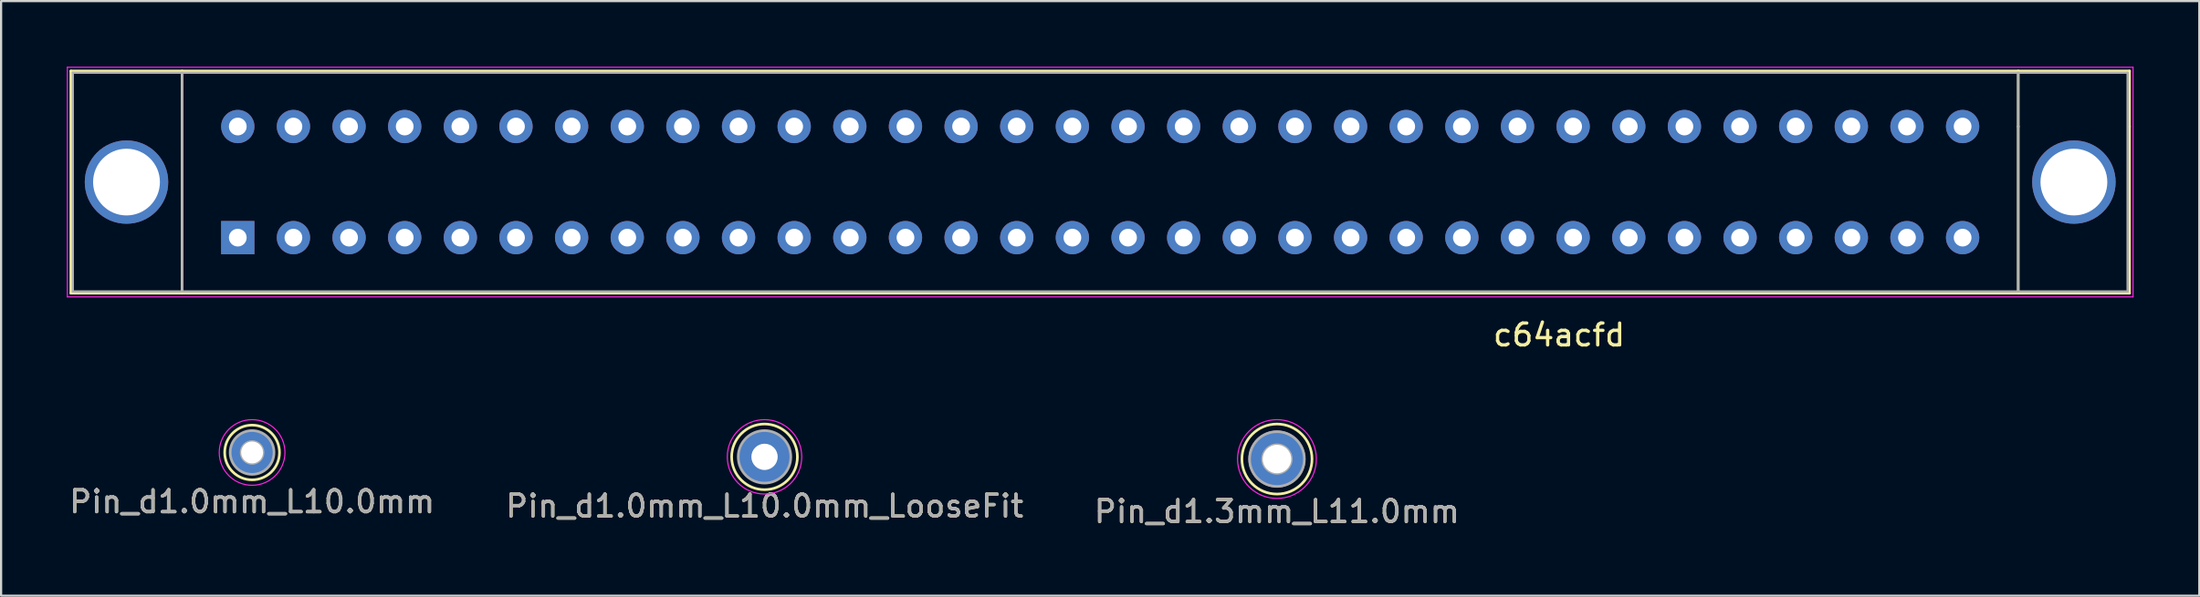
<source format=kicad_pcb>
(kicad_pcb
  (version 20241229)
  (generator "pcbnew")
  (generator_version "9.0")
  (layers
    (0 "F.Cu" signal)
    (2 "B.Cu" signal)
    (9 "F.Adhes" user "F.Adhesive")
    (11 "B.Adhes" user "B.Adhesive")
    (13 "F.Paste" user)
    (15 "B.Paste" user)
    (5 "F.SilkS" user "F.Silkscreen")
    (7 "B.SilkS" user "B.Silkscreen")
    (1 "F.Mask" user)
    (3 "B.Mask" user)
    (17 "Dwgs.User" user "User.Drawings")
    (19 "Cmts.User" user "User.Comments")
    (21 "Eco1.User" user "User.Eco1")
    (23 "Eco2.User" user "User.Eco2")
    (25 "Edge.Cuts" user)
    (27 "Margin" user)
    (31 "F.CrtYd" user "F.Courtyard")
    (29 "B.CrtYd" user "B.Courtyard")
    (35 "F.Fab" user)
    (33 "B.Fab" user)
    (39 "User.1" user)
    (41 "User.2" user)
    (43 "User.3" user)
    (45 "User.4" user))
  (footprint "Pin_d1.0mm_L10.0mm_LooseFit"
    (layer "F.Cu")
    (at 31.851 17.838)
    (property "Reference" "Pin_d1.0mm_L10.0mm_LooseFit" (at 0 2.25 0) (layer "F.SilkS") (effects (font (size 1 1) (thickness 0.15))))
    (attr through_hole)
    (fp_circle (center 0 0) (end 1.5 0.05) (stroke (width 0.12) (type solid)) (fill no) (layer "F.SilkS"))
    (fp_circle (center 0 0) (end 1.7 0) (stroke (width 0.05) (type solid)) (fill no) (layer "F.CrtYd"))
    (fp_circle (center 0 0) (end 0.5 0) (stroke (width 0.12) (type solid)) (fill no) (layer "F.Fab"))
    (fp_circle (center 0 0) (end 1.2 0) (stroke (width 0.12) (type solid)) (fill no) (layer "F.Fab"))
    (fp_text user "${REFERENCE}" (at 0 2.25 0) (layer "F.Fab") (effects (font (size 1 1) (thickness 0.15))))
    (pad "1" thru_hole circle (at 0 0) (size 2.4 2.4) (drill 1.2) (layers "*.Cu" "*.Mask")))
  (footprint "c64acfd"
    (layer "F.Cu")
    (at 7.805 7.815)
    (property "Reference" "c64acfd" (at 60.32 4.45 0) (layer "F.SilkS") (effects (font (size 1 1) (thickness 0.15))))
    (attr through_hole)
    (fp_line (start -7.62 2.54) (end -7.62 -7.62) (stroke (width 0.12) (type solid)) (layer "F.SilkS"))
    (fp_line (start -2.54 -7.62) (end -2.54 2.54) (stroke (width 0.12) (type solid)) (layer "F.SilkS"))
    (fp_line (start 81.28 -5.08) (end 81.28 -7.62) (stroke (width 0.12) (type solid)) (layer "F.SilkS"))
    (fp_line (start 81.28 -5.08) (end 81.28 2.54) (stroke (width 0.12) (type solid)) (layer "F.SilkS"))
    (fp_line (start 86.36 -7.62) (end -7.62 -7.62) (stroke (width 0.12) (type solid)) (layer "F.SilkS"))
    (fp_line (start 86.36 -5.08) (end 86.36 -7.62) (stroke (width 0.12) (type solid)) (layer "F.SilkS"))
    (fp_line (start 86.36 -5.08) (end 86.36 2.54) (stroke (width 0.12) (type solid)) (layer "F.SilkS"))
    (fp_line (start 86.36 2.54) (end -7.62 2.54) (stroke (width 0.12) (type solid)) (layer "F.SilkS"))
    (fp_line (start -7.78 -7.79) (end -7.78 2.71) (stroke (width 0.05) (type solid)) (layer "F.CrtYd"))
    (fp_line (start -7.78 -7.79) (end 86.52 -7.79) (stroke (width 0.05) (type solid)) (layer "F.CrtYd"))
    (fp_line (start 86.52 2.71) (end -7.78 2.71) (stroke (width 0.05) (type solid)) (layer "F.CrtYd"))
    (fp_line (start 86.52 2.71) (end 86.52 -7.79) (stroke (width 0.05) (type solid)) (layer "F.CrtYd"))
    (fp_line (start -7.53 -7.54) (end -7.53 2.46) (stroke (width 0.1) (type solid)) (layer "F.Fab"))
    (fp_line (start -7.53 2.46) (end 86.27 2.46) (stroke (width 0.1) (type solid)) (layer "F.Fab"))
    (fp_line (start -2.53 -7.54) (end -2.53 2.46) (stroke (width 0.1) (type solid)) (layer "F.Fab"))
    (fp_line (start 81.27 2.46) (end 81.27 -7.54) (stroke (width 0.1) (type solid)) (layer "F.Fab"))
    (fp_line (start 86.27 -7.54) (end -7.53 -7.54) (stroke (width 0.1) (type solid)) (layer "F.Fab"))
    (fp_line (start 86.27 2.46) (end 86.27 -7.54) (stroke (width 0.1) (type solid)) (layer "F.Fab"))
    (pad "65" thru_hole circle (at 83.82 -2.54) (size 3.81 3.81) (drill 3.05) (layers "*.Cu" "*.Mask"))
    (pad "66" thru_hole circle (at -5.08 -2.54) (size 3.81 3.81) (drill 3.05) (layers "*.Cu" "*.Mask"))
    (pad "A1" thru_hole rect (at 0 0) (size 1.52 1.52) (drill 0.81) (layers "*.Cu" "*.Mask"))
    (pad "A2" thru_hole circle (at 2.54 0) (size 1.52 1.52) (drill 0.81) (layers "*.Cu" "*.Mask"))
    (pad "A3" thru_hole circle (at 5.08 0) (size 1.52 1.52) (drill 0.81) (layers "*.Cu" "*.Mask"))
    (pad "A4" thru_hole circle (at 7.62 0) (size 1.52 1.52) (drill 0.81) (layers "*.Cu" "*.Mask"))
    (pad "A5" thru_hole circle (at 10.16 0) (size 1.52 1.52) (drill 0.81) (layers "*.Cu" "*.Mask"))
    (pad "A6" thru_hole circle (at 12.7 0) (size 1.52 1.52) (drill 0.81) (layers "*.Cu" "*.Mask"))
    (pad "A7" thru_hole circle (at 15.24 0) (size 1.52 1.52) (drill 0.81) (layers "*.Cu" "*.Mask"))
    (pad "A8" thru_hole circle (at 17.78 0) (size 1.52 1.52) (drill 0.81) (layers "*.Cu" "*.Mask"))
    (pad "A9" thru_hole circle (at 20.32 0) (size 1.52 1.52) (drill 0.81) (layers "*.Cu" "*.Mask"))
    (pad "A10" thru_hole circle (at 22.86 0) (size 1.52 1.52) (drill 0.81) (layers "*.Cu" "*.Mask"))
    (pad "A11" thru_hole circle (at 25.4 0) (size 1.52 1.52) (drill 0.81) (layers "*.Cu" "*.Mask"))
    (pad "A12" thru_hole circle (at 27.94 0) (size 1.52 1.52) (drill 0.81) (layers "*.Cu" "*.Mask"))
    (pad "A13" thru_hole circle (at 30.48 0) (size 1.52 1.52) (drill 0.81) (layers "*.Cu" "*.Mask"))
    (pad "A14" thru_hole circle (at 33.02 0) (size 1.52 1.52) (drill 0.81) (layers "*.Cu" "*.Mask"))
    (pad "A15" thru_hole circle (at 35.56 0) (size 1.52 1.52) (drill 0.81) (layers "*.Cu" "*.Mask"))
    (pad "A16" thru_hole circle (at 38.1 0) (size 1.52 1.52) (drill 0.81) (layers "*.Cu" "*.Mask"))
    (pad "A17" thru_hole circle (at 40.64 0) (size 1.52 1.52) (drill 0.81) (layers "*.Cu" "*.Mask"))
    (pad "A18" thru_hole circle (at 43.18 0) (size 1.52 1.52) (drill 0.81) (layers "*.Cu" "*.Mask"))
    (pad "A19" thru_hole circle (at 45.72 0) (size 1.52 1.52) (drill 0.81) (layers "*.Cu" "*.Mask"))
    (pad "A20" thru_hole circle (at 48.26 0) (size 1.52 1.52) (drill 0.81) (layers "*.Cu" "*.Mask"))
    (pad "A21" thru_hole circle (at 50.8 0) (size 1.52 1.52) (drill 0.81) (layers "*.Cu" "*.Mask"))
    (pad "A22" thru_hole circle (at 53.34 0) (size 1.52 1.52) (drill 0.81) (layers "*.Cu" "*.Mask"))
    (pad "A23" thru_hole circle (at 55.88 0) (size 1.52 1.52) (drill 0.81) (layers "*.Cu" "*.Mask"))
    (pad "A24" thru_hole circle (at 58.42 0) (size 1.52 1.52) (drill 0.81) (layers "*.Cu" "*.Mask"))
    (pad "A25" thru_hole circle (at 60.96 0) (size 1.52 1.52) (drill 0.81) (layers "*.Cu" "*.Mask"))
    (pad "A26" thru_hole circle (at 63.5 0) (size 1.52 1.52) (drill 0.81) (layers "*.Cu" "*.Mask"))
    (pad "A27" thru_hole circle (at 66.04 0) (size 1.52 1.52) (drill 0.81) (layers "*.Cu" "*.Mask"))
    (pad "A28" thru_hole circle (at 68.58 0) (size 1.52 1.52) (drill 0.81) (layers "*.Cu" "*.Mask"))
    (pad "A29" thru_hole circle (at 71.12 0) (size 1.52 1.52) (drill 0.81) (layers "*.Cu" "*.Mask"))
    (pad "A30" thru_hole circle (at 73.66 0) (size 1.52 1.52) (drill 0.81) (layers "*.Cu" "*.Mask"))
    (pad "A31" thru_hole circle (at 76.2 0) (size 1.52 1.52) (drill 0.81) (layers "*.Cu" "*.Mask"))
    (pad "A32" thru_hole circle (at 78.74 0) (size 1.52 1.52) (drill 0.81) (layers "*.Cu" "*.Mask"))
    (pad "C1" thru_hole circle (at 0 -5.08) (size 1.52 1.52) (drill 0.81) (layers "*.Cu" "*.Mask"))
    (pad "C2" thru_hole circle (at 2.54 -5.08) (size 1.52 1.52) (drill 0.81) (layers "*.Cu" "*.Mask"))
    (pad "C3" thru_hole circle (at 5.08 -5.08) (size 1.52 1.52) (drill 0.81) (layers "*.Cu" "*.Mask"))
    (pad "C4" thru_hole circle (at 7.62 -5.08) (size 1.52 1.52) (drill 0.81) (layers "*.Cu" "*.Mask"))
    (pad "C5" thru_hole circle (at 10.16 -5.08) (size 1.52 1.52) (drill 0.81) (layers "*.Cu" "*.Mask"))
    (pad "C6" thru_hole circle (at 12.7 -5.08) (size 1.52 1.52) (drill 0.81) (layers "*.Cu" "*.Mask"))
    (pad "C7" thru_hole circle (at 15.24 -5.08) (size 1.52 1.52) (drill 0.81) (layers "*.Cu" "*.Mask"))
    (pad "C8" thru_hole circle (at 17.78 -5.08) (size 1.52 1.52) (drill 0.81) (layers "*.Cu" "*.Mask"))
    (pad "C9" thru_hole circle (at 20.32 -5.08) (size 1.52 1.52) (drill 0.81) (layers "*.Cu" "*.Mask"))
    (pad "C10" thru_hole circle (at 22.86 -5.08) (size 1.52 1.52) (drill 0.81) (layers "*.Cu" "*.Mask"))
    (pad "C11" thru_hole circle (at 25.4 -5.08) (size 1.52 1.52) (drill 0.81) (layers "*.Cu" "*.Mask"))
    (pad "C12" thru_hole circle (at 27.94 -5.08) (size 1.52 1.52) (drill 0.81) (layers "*.Cu" "*.Mask"))
    (pad "C13" thru_hole circle (at 30.48 -5.08) (size 1.52 1.52) (drill 0.81) (layers "*.Cu" "*.Mask"))
    (pad "C14" thru_hole circle (at 33.02 -5.08) (size 1.52 1.52) (drill 0.81) (layers "*.Cu" "*.Mask"))
    (pad "C15" thru_hole circle (at 35.56 -5.08) (size 1.52 1.52) (drill 0.81) (layers "*.Cu" "*.Mask"))
    (pad "C16" thru_hole circle (at 38.1 -5.08) (size 1.52 1.52) (drill 0.81) (layers "*.Cu" "*.Mask"))
    (pad "C17" thru_hole circle (at 40.64 -5.08) (size 1.52 1.52) (drill 0.81) (layers "*.Cu" "*.Mask"))
    (pad "C18" thru_hole circle (at 43.18 -5.08) (size 1.52 1.52) (drill 0.81) (layers "*.Cu" "*.Mask"))
    (pad "C19" thru_hole circle (at 45.72 -5.08) (size 1.52 1.52) (drill 0.81) (layers "*.Cu" "*.Mask"))
    (pad "C20" thru_hole circle (at 48.26 -5.08) (size 1.52 1.52) (drill 0.81) (layers "*.Cu" "*.Mask"))
    (pad "C21" thru_hole circle (at 50.8 -5.08) (size 1.52 1.52) (drill 0.81) (layers "*.Cu" "*.Mask"))
    (pad "C22" thru_hole circle (at 53.34 -5.08) (size 1.52 1.52) (drill 0.81) (layers "*.Cu" "*.Mask"))
    (pad "C23" thru_hole circle (at 55.88 -5.08) (size 1.52 1.52) (drill 0.81) (layers "*.Cu" "*.Mask"))
    (pad "C24" thru_hole circle (at 58.42 -5.08) (size 1.52 1.52) (drill 0.81) (layers "*.Cu" "*.Mask"))
    (pad "C25" thru_hole circle (at 60.96 -5.08) (size 1.52 1.52) (drill 0.81) (layers "*.Cu" "*.Mask"))
    (pad "C26" thru_hole circle (at 63.5 -5.08) (size 1.52 1.52) (drill 0.81) (layers "*.Cu" "*.Mask"))
    (pad "C27" thru_hole circle (at 66.04 -5.08) (size 1.52 1.52) (drill 0.81) (layers "*.Cu" "*.Mask"))
    (pad "C28" thru_hole circle (at 68.58 -5.08) (size 1.52 1.52) (drill 0.81) (layers "*.Cu" "*.Mask"))
    (pad "C29" thru_hole circle (at 71.12 -5.08) (size 1.52 1.52) (drill 0.81) (layers "*.Cu" "*.Mask"))
    (pad "C30" thru_hole circle (at 73.66 -5.08) (size 1.52 1.52) (drill 0.81) (layers "*.Cu" "*.Mask"))
    (pad "C31" thru_hole circle (at 76.2 -5.08) (size 1.52 1.52) (drill 0.81) (layers "*.Cu" "*.Mask"))
    (pad "C32" thru_hole circle (at 78.74 -5.08) (size 1.52 1.52) (drill 0.81) (layers "*.Cu" "*.Mask")))
  (footprint "Pin_d1.3mm_L11.0mm"
    (layer "F.Cu")
    (at 55.244 17.938)
    (property "Reference" "Pin_d1.3mm_L11.0mm" (at 0 2.4 0) (layer "F.SilkS") (effects (font (size 1 1) (thickness 0.15))))
    (attr through_hole)
    (fp_circle (center 0 0) (end 1.6 0.05) (stroke (width 0.12) (type solid)) (fill no) (layer "F.SilkS"))
    (fp_circle (center 0 0) (end 1.8 0) (stroke (width 0.05) (type solid)) (fill no) (layer "F.CrtYd"))
    (fp_circle (center 0 0) (end 0.65 -0.05) (stroke (width 0.12) (type solid)) (fill no) (layer "F.Fab"))
    (fp_circle (center 0 0) (end 1.25 -0.05) (stroke (width 0.12) (type solid)) (fill no) (layer "F.Fab"))
    (fp_text user "${REFERENCE}" (at 0 2.4 0) (layer "F.Fab") (effects (font (size 1 1) (thickness 0.15))))
    (pad "1" thru_hole circle (at 0 0) (size 2.6 2.6) (drill 1.3) (layers "*.Cu" "*.Mask")))
  (footprint "Pin_d1.0mm_L10.0mm"
    (layer "F.Cu")
    (at 8.458 17.638)
    (property "Reference" "Pin_d1.0mm_L10.0mm" (at 0 2.25 0) (layer "F.SilkS") (effects (font (size 1 1) (thickness 0.15))))
    (attr through_hole)
    (fp_circle (center 0 0) (end 1.25 0.05) (stroke (width 0.12) (type solid)) (fill no) (layer "F.SilkS"))
    (fp_circle (center 0 0) (end 1.5 0) (stroke (width 0.05) (type solid)) (fill no) (layer "F.CrtYd"))
    (fp_circle (center 0 0) (end 0.5 0) (stroke (width 0.12) (type solid)) (fill no) (layer "F.Fab"))
    (fp_circle (center 0 0) (end 1 0) (stroke (width 0.12) (type solid)) (fill no) (layer "F.Fab"))
    (fp_text user "${REFERENCE}" (at 0 2.25 0) (layer "F.Fab") (effects (font (size 1 1) (thickness 0.15))))
    (pad "1" thru_hole circle (at 0 0) (size 2 2) (drill 1) (layers "*.Cu" "*.Mask")))
  (gr_rect
    (start -3 -3)
    (end 97.35 24.186)
    (stroke (width 0.1) (type default))
    (fill no)
    (layer "Edge.Cuts")))
</source>
